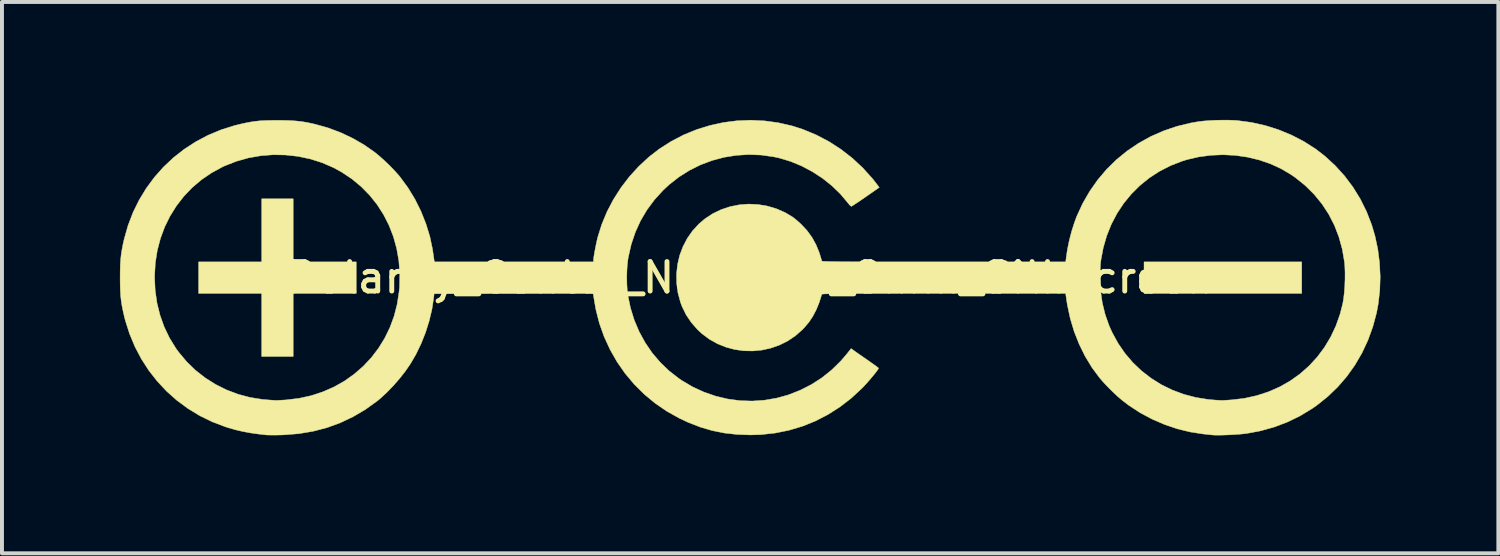
<source format=kicad_pcb>
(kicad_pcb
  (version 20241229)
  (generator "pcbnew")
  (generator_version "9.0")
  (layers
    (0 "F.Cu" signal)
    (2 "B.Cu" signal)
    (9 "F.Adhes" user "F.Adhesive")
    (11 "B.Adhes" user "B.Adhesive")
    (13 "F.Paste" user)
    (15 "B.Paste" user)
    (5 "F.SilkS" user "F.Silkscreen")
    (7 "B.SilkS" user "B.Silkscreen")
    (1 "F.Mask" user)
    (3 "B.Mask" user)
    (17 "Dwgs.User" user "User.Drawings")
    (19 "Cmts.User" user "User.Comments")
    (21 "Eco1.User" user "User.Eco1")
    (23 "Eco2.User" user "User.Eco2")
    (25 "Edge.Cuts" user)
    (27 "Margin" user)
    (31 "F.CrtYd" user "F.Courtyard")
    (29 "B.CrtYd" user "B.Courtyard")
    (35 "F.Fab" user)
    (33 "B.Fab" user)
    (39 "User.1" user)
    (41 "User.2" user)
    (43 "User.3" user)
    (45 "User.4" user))
  (footprint "Polarity_Center_Negative_8mm_SilkScreen"
    (layer "F.Cu")
    (at 16.021 4.012)
    (property "Reference" "Polarity_Center_Negative_8mm_SilkScreen" (at 0 0 0) (layer "F.SilkS") (effects (font (size 0.75 0.75) (thickness 0.125))))
    (attr exclude_from_pos_files exclude_from_bom allow_missing_courtyard)
    (fp_poly (pts (xy 14.037 0.401) (xy 10.026 0.401) (xy 10.026 -0.401) (xy 14.037 -0.401) (xy 14.037 0.401)) (stroke (width 0.01) (type solid)) (fill yes) (layer "F.SilkS"))
    (fp_poly (pts (xy -11.614 -0.401) (xy -10.01 -0.401) (xy -10.01 0.401) (xy -11.614 0.401) (xy -11.614 2.005) (xy -12.416 2.005) (xy -12.416 0.401) (xy -14.02 0.401) (xy -14.02 -0.401) (xy -12.416 -0.401) (xy -12.416 -2.005) (xy -11.614 -2.005) (xy -11.614 -0.401)) (stroke (width 0.01) (type solid)) (fill yes) (layer "F.SilkS"))
    (fp_poly (pts (xy 12.193 -4.006) (xy 12.338 -4.001) (xy 12.409 -3.995) (xy 12.765 -3.947) (xy 13.115 -3.868) (xy 13.455 -3.76) (xy 13.783 -3.624) (xy 14.095 -3.462) (xy 14.388 -3.275) (xy 14.622 -3.095) (xy 14.886 -2.852) (xy 15.126 -2.588) (xy 15.34 -2.303) (xy 15.527 -2) (xy 15.686 -1.68) (xy 15.816 -1.345) (xy 15.9 -1.061) (xy 15.972 -0.723) (xy 16.016 -0.375) (xy 16.033 -0.023) (xy 16.022 0.326) (xy 15.983 0.666) (xy 15.941 0.892) (xy 15.845 1.249) (xy 15.721 1.591) (xy 15.569 1.916) (xy 15.39 2.223) (xy 15.185 2.511) (xy 14.954 2.778) (xy 14.699 3.024) (xy 14.42 3.247) (xy 14.302 3.329) (xy 13.994 3.516) (xy 13.672 3.673) (xy 13.336 3.8) (xy 12.986 3.897) (xy 12.645 3.961) (xy 12.559 3.972) (xy 12.454 3.982) (xy 12.335 3.99) (xy 12.21 3.997) (xy 12.087 4.002) (xy 11.971 4.005) (xy 11.871 4.006) (xy 11.794 4.003) (xy 11.764 4.001) (xy 11.723 3.996) (xy 11.658 3.99) (xy 11.581 3.981) (xy 11.53 3.976) (xy 11.2 3.925) (xy 10.869 3.844) (xy 10.543 3.733) (xy 10.226 3.596) (xy 9.922 3.433) (xy 9.638 3.247) (xy 9.467 3.116) (xy 9.357 3.022) (xy 9.238 2.911) (xy 9.117 2.791) (xy 9.004 2.672) (xy 8.908 2.562) (xy 8.896 2.548) (xy 8.701 2.285) (xy 8.527 1.998) (xy 8.376 1.691) (xy 8.249 1.37) (xy 8.149 1.036) (xy 8.076 0.695) (xy 8.062 0.606) (xy 8.032 0.401) (xy 4.934 0.401) (xy 4.543 0.401) (xy 4.184 0.401) (xy 3.856 0.401) (xy 3.557 0.402) (xy 3.287 0.402) (xy 3.045 0.403) (xy 2.829 0.403) (xy 2.638 0.404) (xy 2.47 0.405) (xy 2.325 0.406) (xy 2.201 0.408) (xy 2.098 0.409) (xy 2.013 0.411) (xy 1.946 0.412) (xy 1.896 0.414) (xy 1.861 0.417) (xy 1.839 0.419) (xy 1.831 0.422) (xy 1.831 0.422) (xy 1.764 0.633) (xy 1.689 0.817) (xy 1.604 0.98) (xy 1.506 1.128) (xy 1.39 1.266) (xy 1.338 1.321) (xy 1.158 1.479) (xy 0.962 1.611) (xy 0.753 1.715) (xy 0.534 1.792) (xy 0.308 1.842) (xy 0.078 1.864) (xy -0.153 1.86) (xy -0.382 1.828) (xy -0.606 1.768) (xy -0.821 1.682) (xy -1.026 1.568) (xy -1.215 1.427) (xy -1.326 1.325) (xy -1.488 1.141) (xy -1.619 0.947) (xy -1.721 0.74) (xy -1.763 0.628) (xy -1.828 0.387) (xy -1.861 0.144) (xy -1.863 0.006) (xy 8.907 0.006) (xy 8.921 0.329) (xy 8.964 0.638) (xy 9.037 0.935) (xy 9.14 1.226) (xy 9.216 1.395) (xy 9.367 1.671) (xy 9.543 1.927) (xy 9.743 2.161) (xy 9.965 2.372) (xy 10.207 2.559) (xy 10.468 2.722) (xy 10.746 2.858) (xy 11.038 2.967) (xy 11.344 3.047) (xy 11.661 3.098) (xy 11.848 3.114) (xy 11.908 3.117) (xy 11.961 3.12) (xy 11.981 3.122) (xy 12.013 3.122) (xy 12.071 3.119) (xy 12.146 3.115) (xy 12.233 3.109) (xy 12.252 3.108) (xy 12.58 3.069) (xy 12.895 2.999) (xy 13.195 2.901) (xy 13.479 2.776) (xy 13.746 2.624) (xy 13.994 2.447) (xy 14.222 2.246) (xy 14.428 2.022) (xy 14.612 1.777) (xy 14.772 1.511) (xy 14.906 1.227) (xy 15.013 0.924) (xy 15.082 0.652) (xy 15.103 0.526) (xy 15.12 0.377) (xy 15.132 0.213) (xy 15.138 0.044) (xy 15.139 -0.121) (xy 15.134 -0.273) (xy 15.124 -0.397) (xy 15.068 -0.724) (xy 14.982 -1.036) (xy 14.868 -1.332) (xy 14.725 -1.611) (xy 14.554 -1.872) (xy 14.356 -2.115) (xy 14.131 -2.339) (xy 13.88 -2.542) (xy 13.769 -2.619) (xy 13.514 -2.77) (xy 13.24 -2.896) (xy 12.953 -2.994) (xy 12.654 -3.066) (xy 12.348 -3.11) (xy 12.038 -3.126) (xy 11.727 -3.113) (xy 11.419 -3.072) (xy 11.117 -3.002) (xy 10.996 -2.964) (xy 10.699 -2.849) (xy 10.42 -2.706) (xy 10.16 -2.537) (xy 9.921 -2.344) (xy 9.704 -2.128) (xy 9.51 -1.892) (xy 9.34 -1.635) (xy 9.196 -1.361) (xy 9.079 -1.07) (xy 8.99 -0.765) (xy 8.93 -0.446) (xy 8.924 -0.401) (xy 8.918 -0.333) (xy 8.913 -0.241) (xy 8.909 -0.137) (xy 8.907 -0.03) (xy 8.907 0.006) (xy -1.863 0.006) (xy -1.864 -0.098) (xy -1.838 -0.336) (xy -1.784 -0.568) (xy -1.701 -0.789) (xy -1.592 -0.998) (xy -1.457 -1.191) (xy -1.296 -1.366) (xy -1.148 -1.493) (xy -0.947 -1.626) (xy -0.732 -1.73) (xy -0.506 -1.806) (xy -0.272 -1.853) (xy -0.034 -1.872) (xy 0.205 -1.861) (xy 0.442 -1.822) (xy 0.672 -1.755) (xy 0.894 -1.658) (xy 1.078 -1.549) (xy 1.133 -1.508) (xy 1.201 -1.452) (xy 1.272 -1.389) (xy 1.316 -1.348) (xy 1.46 -1.192) (xy 1.582 -1.024) (xy 1.683 -0.84) (xy 1.767 -0.635) (xy 1.832 -0.422) (xy 1.838 -0.419) (xy 1.858 -0.417) (xy 1.891 -0.415) (xy 1.94 -0.413) (xy 2.004 -0.411) (xy 2.087 -0.409) (xy 2.188 -0.408) (xy 2.309 -0.406) (xy 2.451 -0.405) (xy 2.616 -0.404) (xy 2.804 -0.404) (xy 3.017 -0.403) (xy 3.257 -0.402) (xy 3.523 -0.402) (xy 3.818 -0.401) (xy 4.142 -0.401) (xy 4.498 -0.401) (xy 4.885 -0.401) (xy 8.034 -0.401) (xy 8.046 -0.505) (xy 8.077 -0.715) (xy 8.123 -0.94) (xy 8.182 -1.168) (xy 8.251 -1.388) (xy 8.315 -1.561) (xy 8.467 -1.89) (xy 8.646 -2.2) (xy 8.849 -2.489) (xy 9.076 -2.757) (xy 9.326 -3.002) (xy 9.597 -3.223) (xy 9.887 -3.419) (xy 10.195 -3.59) (xy 10.521 -3.733) (xy 10.861 -3.849) (xy 11.216 -3.935) (xy 11.419 -3.97) (xy 11.547 -3.985) (xy 11.699 -3.996) (xy 11.863 -4.004) (xy 12.031 -4.007) (xy 12.193 -4.006)) (stroke (width 0.01) (type solid)) (fill yes) (layer "F.SilkS"))
    (fp_poly (pts (xy 0.378 -3.988) (xy 0.727 -3.94) (xy 1.073 -3.861) (xy 1.345 -3.774) (xy 1.685 -3.633) (xy 2.01 -3.463) (xy 2.317 -3.265) (xy 2.606 -3.041) (xy 2.875 -2.79) (xy 3.122 -2.516) (xy 3.247 -2.355) (xy 3.292 -2.295) (xy 2.946 -2.054) (xy 2.85 -1.988) (xy 2.764 -1.929) (xy 2.689 -1.88) (xy 2.631 -1.842) (xy 2.593 -1.819) (xy 2.58 -1.813) (xy 2.561 -1.826) (xy 2.529 -1.858) (xy 2.493 -1.903) (xy 2.303 -2.129) (xy 2.087 -2.338) (xy 1.849 -2.528) (xy 1.592 -2.695) (xy 1.322 -2.839) (xy 1.041 -2.955) (xy 0.754 -3.042) (xy 0.608 -3.074) (xy 0.288 -3.119) (xy -0.031 -3.131) (xy -0.346 -3.111) (xy -0.657 -3.061) (xy -0.96 -2.98) (xy -1.253 -2.87) (xy -1.534 -2.73) (xy -1.8 -2.563) (xy -2.05 -2.368) (xy -2.206 -2.223) (xy -2.426 -1.981) (xy -2.617 -1.723) (xy -2.779 -1.449) (xy -2.911 -1.159) (xy -3.015 -0.852) (xy -3.089 -0.529) (xy -3.102 -0.451) (xy -3.117 -0.322) (xy -3.126 -0.172) (xy -3.13 -0.01) (xy -3.127 0.153) (xy -3.119 0.305) (xy -3.104 0.436) (xy -3.102 0.449) (xy -3.035 0.771) (xy -2.939 1.081) (xy -2.814 1.375) (xy -2.662 1.653) (xy -2.484 1.913) (xy -2.28 2.153) (xy -2.053 2.371) (xy -1.802 2.566) (xy -1.738 2.61) (xy -1.459 2.775) (xy -1.169 2.909) (xy -0.869 3.013) (xy -0.563 3.086) (xy -0.251 3.128) (xy 0.062 3.138) (xy 0.377 3.116) (xy 0.689 3.062) (xy 0.977 2.982) (xy 1.279 2.864) (xy 1.566 2.718) (xy 1.835 2.545) (xy 2.085 2.344) (xy 2.314 2.119) (xy 2.452 1.959) (xy 2.576 1.803) (xy 2.654 1.859) (xy 2.693 1.887) (xy 2.753 1.929) (xy 2.829 1.982) (xy 2.914 2.041) (xy 3.004 2.103) (xy 3.087 2.162) (xy 3.16 2.213) (xy 3.218 2.256) (xy 3.258 2.286) (xy 3.275 2.301) (xy 3.275 2.302) (xy 3.265 2.325) (xy 3.235 2.367) (xy 3.191 2.426) (xy 3.135 2.495) (xy 3.071 2.571) (xy 3.004 2.648) (xy 2.937 2.723) (xy 2.874 2.791) (xy 2.85 2.815) (xy 2.579 3.066) (xy 2.291 3.288) (xy 1.988 3.481) (xy 1.671 3.645) (xy 1.34 3.778) (xy 0.998 3.881) (xy 0.646 3.952) (xy 0.284 3.992) (xy 0.017 4) (xy -0.324 3.988) (xy -0.646 3.952) (xy -0.956 3.89) (xy -1.259 3.801) (xy -1.562 3.684) (xy -1.792 3.576) (xy -2.109 3.399) (xy -2.407 3.195) (xy -2.684 2.966) (xy -2.939 2.713) (xy -3.171 2.437) (xy -3.377 2.141) (xy -3.556 1.826) (xy -3.707 1.498) (xy -3.825 1.165) (xy -3.913 0.823) (xy -3.947 0.634) (xy -3.985 0.401) (xy -8.029 0.409) (xy -8.042 0.526) (xy -8.086 0.81) (xy -8.156 1.102) (xy -8.248 1.395) (xy -8.362 1.681) (xy -8.493 1.953) (xy -8.631 2.189) (xy -8.76 2.377) (xy -8.909 2.567) (xy -9.07 2.751) (xy -9.236 2.923) (xy -9.401 3.074) (xy -9.48 3.139) (xy -9.779 3.354) (xy -10.092 3.538) (xy -10.417 3.692) (xy -10.755 3.815) (xy -11.106 3.907) (xy -11.47 3.968) (xy -11.846 3.998) (xy -11.923 4.001) (xy -12.025 4.003) (xy -12.12 4.003) (xy -12.201 4.003) (xy -12.262 4.002) (xy -12.291 4.001) (xy -12.517 3.975) (xy -12.719 3.946) (xy -12.904 3.911) (xy -13.08 3.87) (xy -13.257 3.819) (xy -13.343 3.792) (xy -13.676 3.665) (xy -13.993 3.51) (xy -14.292 3.328) (xy -14.572 3.121) (xy -14.832 2.89) (xy -15.07 2.636) (xy -15.285 2.362) (xy -15.475 2.068) (xy -15.639 1.756) (xy -15.776 1.428) (xy -15.885 1.085) (xy -15.907 0.999) (xy -15.941 0.851) (xy -15.968 0.719) (xy -15.988 0.593) (xy -16.002 0.467) (xy -16.01 0.331) (xy -16.015 0.178) (xy -16.016 0) (xy -16.016 -0.008) (xy -15.14 -0.008) (xy -15.124 0.324) (xy -15.078 0.645) (xy -15.001 0.955) (xy -14.895 1.252) (xy -14.759 1.535) (xy -14.594 1.802) (xy -14.523 1.899) (xy -14.321 2.14) (xy -14.097 2.357) (xy -13.851 2.549) (xy -13.588 2.715) (xy -13.309 2.854) (xy -13.016 2.965) (xy -12.712 3.046) (xy -12.399 3.096) (xy -12.274 3.107) (xy -12.196 3.113) (xy -12.127 3.117) (xy -12.077 3.121) (xy -12.057 3.122) (xy -12.028 3.122) (xy -11.974 3.119) (xy -11.9 3.115) (xy -11.815 3.11) (xy -11.79 3.108) (xy -11.465 3.069) (xy -11.153 3) (xy -10.856 2.902) (xy -10.574 2.778) (xy -10.308 2.628) (xy -10.062 2.453) (xy -9.835 2.256) (xy -9.63 2.038) (xy -9.447 1.799) (xy -9.288 1.542) (xy -9.154 1.267) (xy -9.047 0.977) (xy -8.969 0.672) (xy -8.92 0.354) (xy -8.909 0.226) (xy -8.903 -0.105) (xy -8.927 -0.428) (xy -8.982 -0.741) (xy -9.065 -1.042) (xy -9.177 -1.33) (xy -9.315 -1.602) (xy -9.48 -1.859) (xy -9.67 -2.097) (xy -9.884 -2.315) (xy -10.122 -2.512) (xy -10.382 -2.685) (xy -10.586 -2.797) (xy -10.877 -2.923) (xy -11.179 -3.019) (xy -11.49 -3.085) (xy -11.805 -3.12) (xy -12.123 -3.126) (xy -12.44 -3.101) (xy -12.753 -3.046) (xy -13.058 -2.96) (xy -13.354 -2.844) (xy -13.415 -2.816) (xy -13.693 -2.664) (xy -13.951 -2.488) (xy -14.186 -2.288) (xy -14.397 -2.067) (xy -14.584 -1.825) (xy -14.746 -1.566) (xy -14.882 -1.29) (xy -14.99 -0.999) (xy -15.07 -0.694) (xy -15.12 -0.378) (xy -15.139 -0.052) (xy -15.14 -0.008) (xy -16.016 -0.008) (xy -16.015 -0.178) (xy -16.011 -0.331) (xy -16.002 -0.466) (xy -15.988 -0.593) (xy -15.968 -0.719) (xy -15.942 -0.852) (xy -15.914 -0.978) (xy -15.815 -1.326) (xy -15.688 -1.659) (xy -15.532 -1.975) (xy -15.35 -2.275) (xy -15.143 -2.555) (xy -14.913 -2.814) (xy -14.66 -3.052) (xy -14.386 -3.267) (xy -14.093 -3.457) (xy -13.782 -3.622) (xy -13.454 -3.759) (xy -13.11 -3.868) (xy -12.951 -3.907) (xy -12.813 -3.937) (xy -12.692 -3.96) (xy -12.578 -3.977) (xy -12.464 -3.989) (xy -12.343 -3.996) (xy -12.205 -4) (xy -12.044 -4.002) (xy -12.007 -4.002) (xy -11.828 -4) (xy -11.674 -3.995) (xy -11.536 -3.985) (xy -11.407 -3.971) (xy -11.278 -3.95) (xy -11.141 -3.922) (xy -11.047 -3.9) (xy -10.72 -3.808) (xy -10.399 -3.687) (xy -10.089 -3.539) (xy -9.795 -3.368) (xy -9.539 -3.188) (xy -9.418 -3.089) (xy -9.287 -2.971) (xy -9.155 -2.845) (xy -9.032 -2.717) (xy -8.925 -2.597) (xy -8.899 -2.565) (xy -8.698 -2.292) (xy -8.519 -1.999) (xy -8.365 -1.69) (xy -8.238 -1.371) (xy -8.138 -1.045) (xy -8.069 -0.718) (xy -8.055 -0.618) (xy -8.045 -0.548) (xy -8.036 -0.487) (xy -8.03 -0.446) (xy -8.028 -0.439) (xy -8.02 -0.401) (xy -3.977 -0.401) (xy -3.977 -0.441) (xy -3.974 -0.484) (xy -3.964 -0.552) (xy -3.95 -0.638) (xy -3.932 -0.734) (xy -3.912 -0.834) (xy -3.892 -0.928) (xy -3.872 -1.011) (xy -3.869 -1.026) (xy -3.766 -1.356) (xy -3.632 -1.678) (xy -3.469 -1.989) (xy -3.279 -2.287) (xy -3.064 -2.568) (xy -2.826 -2.829) (xy -2.567 -3.069) (xy -2.305 -3.272) (xy -2.003 -3.465) (xy -1.686 -3.63) (xy -1.358 -3.765) (xy -1.02 -3.87) (xy -0.676 -3.946) (xy -0.326 -3.991) (xy 0.026 -4.005) (xy 0.378 -3.988)) (stroke (width 0.01) (type solid)) (fill yes) (layer "F.SilkS")))
  (gr_rect
    (start -3 -3)
    (end 35.059 11.023)
    (stroke (width 0.1) (type default))
    (fill no)
    (layer "Edge.Cuts")))
</source>
